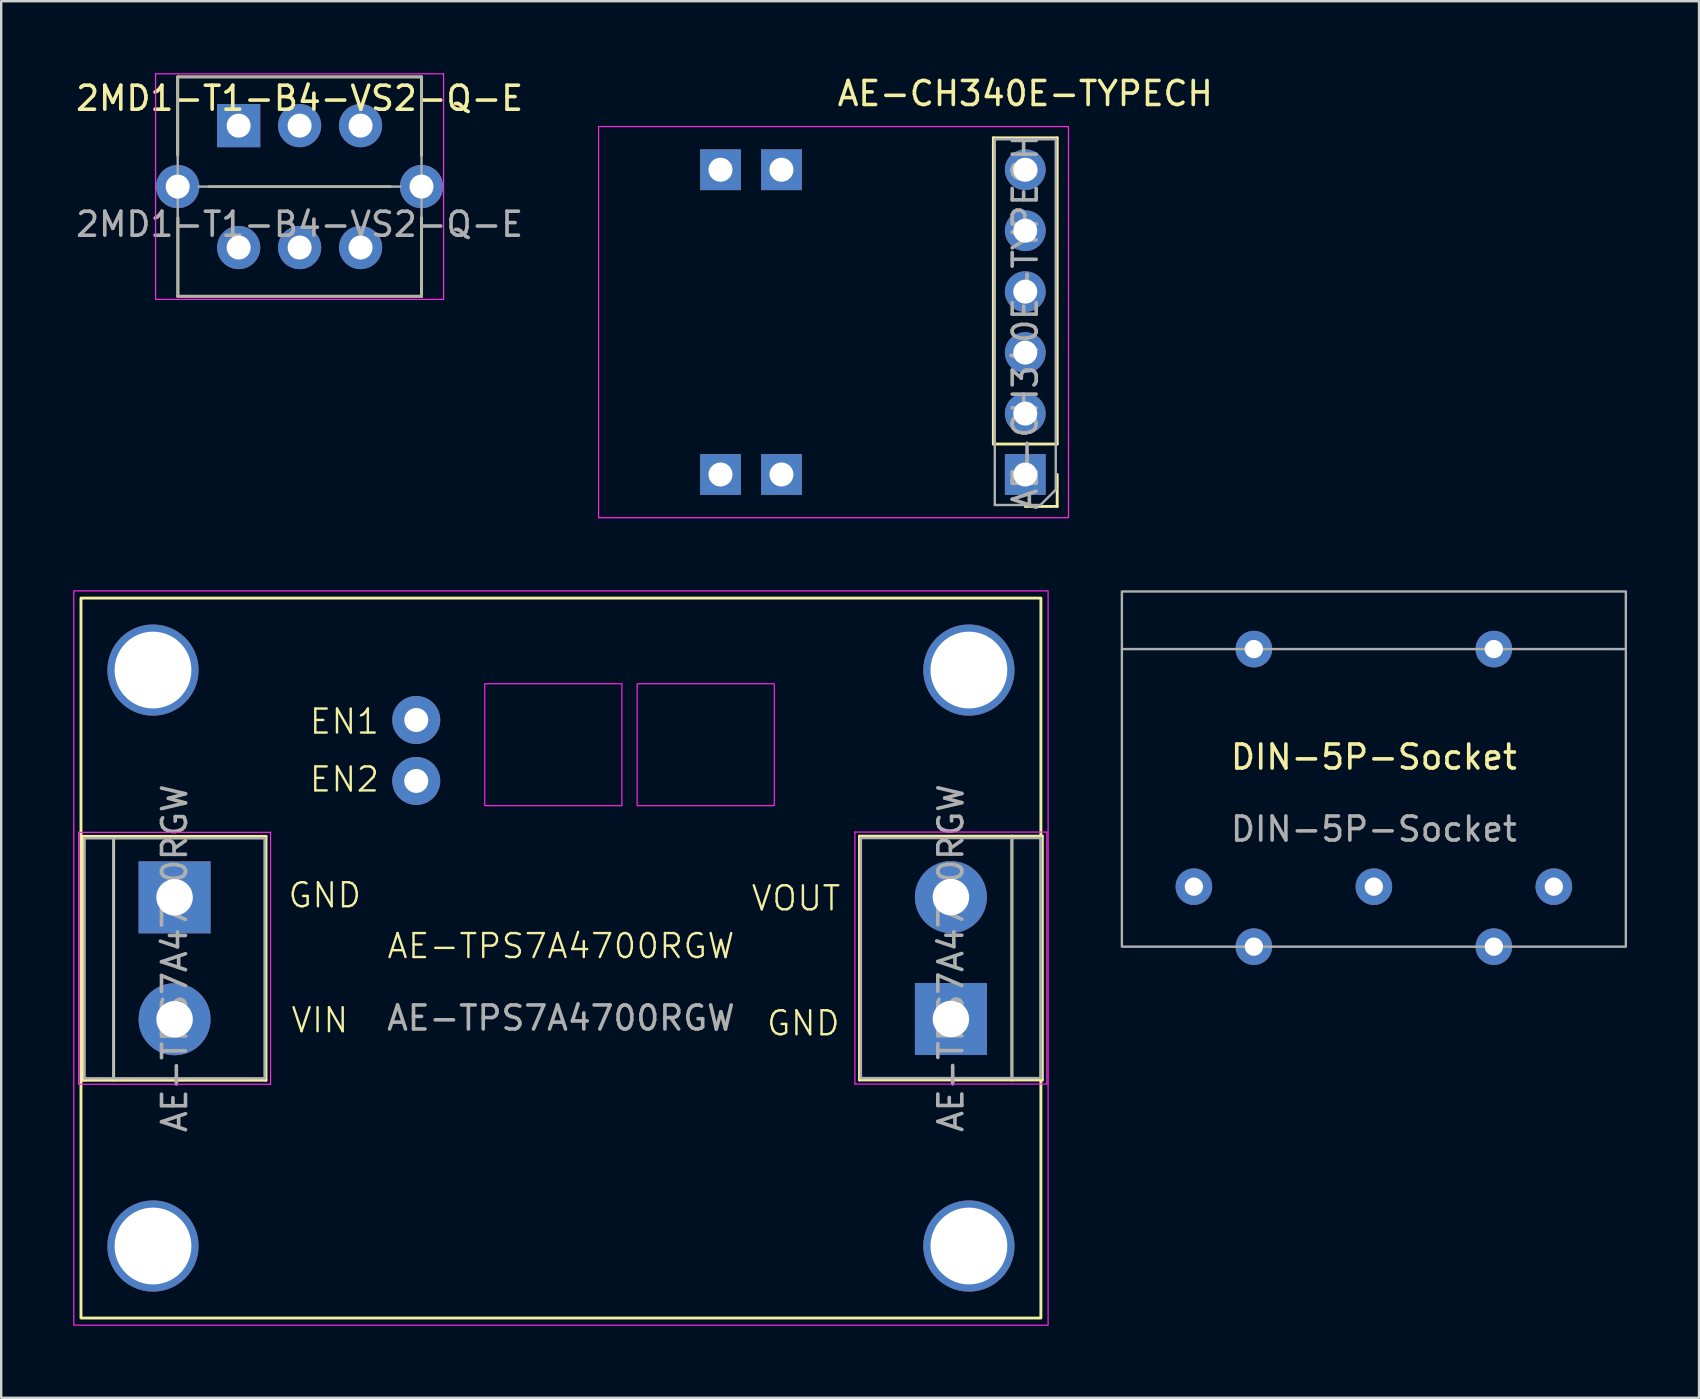
<source format=kicad_pcb>
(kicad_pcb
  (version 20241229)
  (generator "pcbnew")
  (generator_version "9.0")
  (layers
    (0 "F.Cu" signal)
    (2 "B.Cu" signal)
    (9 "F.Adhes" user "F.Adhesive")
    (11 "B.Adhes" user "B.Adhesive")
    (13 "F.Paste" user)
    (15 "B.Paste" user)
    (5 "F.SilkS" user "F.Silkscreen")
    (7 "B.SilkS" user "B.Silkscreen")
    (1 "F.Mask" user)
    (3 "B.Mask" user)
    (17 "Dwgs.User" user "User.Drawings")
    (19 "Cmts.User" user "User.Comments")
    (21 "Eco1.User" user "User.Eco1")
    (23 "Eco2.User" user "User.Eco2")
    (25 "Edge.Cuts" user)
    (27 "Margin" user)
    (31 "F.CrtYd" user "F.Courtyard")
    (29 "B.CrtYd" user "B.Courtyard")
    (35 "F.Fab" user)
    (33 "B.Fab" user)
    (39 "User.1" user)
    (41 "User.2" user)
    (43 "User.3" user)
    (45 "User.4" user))
  (footprint "2MD1-T1-B4-VS2-Q-E"
    (layer "F.Cu")
    (at 9.435 4.725)
    (property "Reference" "2MD1-T1-B4-VS2-Q-E" (at 0 -3.68 0) (unlocked yes) (layer "F.SilkS") (effects (font (size 1 1) (thickness 0.15))))
    (attr through_hole)
    (fp_line (start -5.08 -4.57) (end -5.08 -1.3) (stroke (width 0.12) (type solid)) (layer "F.SilkS"))
    (fp_line (start -5.08 4.57) (end 5.08 4.57) (stroke (width 0.12) (type solid)) (layer "F.SilkS"))
    (fp_line (start -5.07 1.3) (end -5.07 4.57) (stroke (width 0.12) (type solid)) (layer "F.SilkS"))
    (fp_line (start 3.78 0) (end -3.78 0) (stroke (width 0.1) (type solid)) (layer "F.SilkS"))
    (fp_line (start 5.08 -4.57) (end -5.08 -4.57) (stroke (width 0.12) (type solid)) (layer "F.SilkS"))
    (fp_line (start 5.08 -4.57) (end 5.08 -1.3) (stroke (width 0.12) (type solid)) (layer "F.SilkS"))
    (fp_line (start 5.08 1.3) (end 5.08 4.57) (stroke (width 0.12) (type solid)) (layer "F.SilkS"))
    (fp_line (start -6 -4.7) (end -6 4.7) (stroke (width 0.05) (type solid)) (layer "F.CrtYd"))
    (fp_line (start -6 4.7) (end 6 4.7) (stroke (width 0.05) (type solid)) (layer "F.CrtYd"))
    (fp_line (start 6 -4.7) (end -6 -4.7) (stroke (width 0.05) (type solid)) (layer "F.CrtYd"))
    (fp_line (start 6 4.7) (end 6 -4.7) (stroke (width 0.05) (type solid)) (layer "F.CrtYd"))
    (fp_line (start -5.08 -4.57) (end 5.08 -4.57) (stroke (width 0.1) (type solid)) (layer "F.Fab"))
    (fp_line (start -5.08 4.57) (end -5.08 -4.57) (stroke (width 0.1) (type solid)) (layer "F.Fab"))
    (fp_line (start -5.08 4.57) (end 5.08 4.57) (stroke (width 0.1) (type solid)) (layer "F.Fab"))
    (fp_line (start 4.2 0) (end -4.2 0) (stroke (width 0.1) (type solid)) (layer "F.Fab"))
    (fp_line (start 5.08 4.57) (end 5.08 -4.57) (stroke (width 0.1) (type solid)) (layer "F.Fab"))
    (fp_text user "${REFERENCE}" (at 0 1.57 0) (unlocked yes) (layer "F.Fab") (effects (font (size 1 1) (thickness 0.15))))
    (pad "1" thru_hole rect (at -2.54 -2.54) (size 1.8 1.8) (drill 1) (layers "*.Cu" "*.Mask"))
    (pad "2" thru_hole circle (at 0 -2.54) (size 1.8 1.8) (drill 1) (layers "*.Cu" "*.Mask"))
    (pad "3" thru_hole circle (at 2.54 -2.54) (size 1.8 1.8) (drill 1) (layers "*.Cu" "*.Mask"))
    (pad "4" thru_hole circle (at -2.54 2.54) (size 1.8 1.8) (drill 1) (layers "*.Cu" "*.Mask"))
    (pad "5" thru_hole circle (at 0 2.54) (size 1.8 1.8) (drill 1) (layers "*.Cu" "*.Mask"))
    (pad "6" thru_hole circle (at 2.54 2.54) (size 1.8 1.8) (drill 1) (layers "*.Cu" "*.Mask"))
    (pad "7" thru_hole circle (at -5.08 0) (size 1.8 1.8) (drill 1) (layers "*.Cu" "*.Mask") (remove_unused_layers yes) (keep_end_layers yes) (zone_layer_connections))
    (pad "8" thru_hole circle (at 5.08 0) (size 1.8 1.8) (drill 1) (layers "*.Cu" "*.Mask") (remove_unused_layers yes) (keep_end_layers yes) (zone_layer_connections)))
  (footprint "AE-TPS7A4700RGW"
    (layer "F.Cu")
    (at 20.325 36.873)
    (property "Reference" "AE-TPS7A4700RGW" (at 0 -0.5 0) (unlocked yes) (layer "F.SilkS") (effects (font (size 1 1) (thickness 0.1))))
    (attr smd)
    (fp_line (start -19.91 -5.07) (end -19.91 5.09) (stroke (width 0.12) (type solid)) (layer "F.SilkS"))
    (fp_line (start -19.91 5.09) (end -12.29 5.09) (stroke (width 0.12) (type solid)) (layer "F.SilkS"))
    (fp_line (start -18.64 5.09) (end -18.64 -5.07) (stroke (width 0.12) (type solid)) (layer "F.SilkS"))
    (fp_line (start -12.29 -5.07) (end -19.91 -5.07) (stroke (width 0.12) (type solid)) (layer "F.SilkS"))
    (fp_line (start -12.29 5.09) (end -12.29 -5.07) (stroke (width 0.12) (type solid)) (layer "F.SilkS"))
    (fp_line (start 12.44 -5.08) (end 12.44 5.08) (stroke (width 0.12) (type solid)) (layer "F.SilkS"))
    (fp_line (start 12.44 5.08) (end 20.06 5.08) (stroke (width 0.12) (type solid)) (layer "F.SilkS"))
    (fp_line (start 18.79 -5.08) (end 18.79 5.08) (stroke (width 0.12) (type solid)) (layer "F.SilkS"))
    (fp_line (start 20.06 -5.08) (end 12.44 -5.08) (stroke (width 0.12) (type solid)) (layer "F.SilkS"))
    (fp_line (start 20.06 5.08) (end 20.06 -5.08) (stroke (width 0.12) (type solid)) (layer "F.SilkS"))
    (fp_rect (start -20 -15) (end 20 15) (stroke (width 0.12) (type solid)) (fill no) (layer "F.SilkS"))
    (fp_line (start -20.1 5.26) (end -20.1 -5.24) (stroke (width 0.05) (type solid)) (layer "F.CrtYd"))
    (fp_line (start -20.1 5.26) (end -12.1 5.26) (stroke (width 0.05) (type solid)) (layer "F.CrtYd"))
    (fp_line (start -12.1 -5.24) (end -20.1 -5.24) (stroke (width 0.05) (type solid)) (layer "F.CrtYd"))
    (fp_line (start -12.1 -5.24) (end -12.1 5.26) (stroke (width 0.05) (type solid)) (layer "F.CrtYd"))
    (fp_line (start 12.25 5.25) (end 12.25 -5.25) (stroke (width 0.05) (type solid)) (layer "F.CrtYd"))
    (fp_line (start 12.25 5.25) (end 20.25 5.25) (stroke (width 0.05) (type solid)) (layer "F.CrtYd"))
    (fp_line (start 20.25 -5.25) (end 12.25 -5.25) (stroke (width 0.05) (type solid)) (layer "F.CrtYd"))
    (fp_line (start 20.25 -5.25) (end 20.25 5.25) (stroke (width 0.05) (type solid)) (layer "F.CrtYd"))
    (fp_rect (start -20.3 -15.3) (end 20.3 15.3) (stroke (width 0.05) (type solid)) (fill no) (layer "F.CrtYd"))
    (fp_rect (start -3.175 -11.43) (end 2.54 -6.35) (stroke (width 0.05) (type default)) (fill no) (layer "F.CrtYd"))
    (fp_rect (start 3.175 -11.43) (end 8.89 -6.35) (stroke (width 0.05) (type default)) (fill no) (layer "F.CrtYd"))
    (fp_line (start -19.85 -4.99) (end -19.85 5.01) (stroke (width 0.1) (type solid)) (layer "F.Fab"))
    (fp_line (start -19.85 5.01) (end -12.35 5.01) (stroke (width 0.1) (type solid)) (layer "F.Fab"))
    (fp_line (start -18.65 -4.94) (end -18.65 4.96) (stroke (width 0.1) (type solid)) (layer "F.Fab"))
    (fp_line (start -12.35 -4.99) (end -19.85 -4.99) (stroke (width 0.1) (type solid)) (layer "F.Fab"))
    (fp_line (start -12.35 5.01) (end -12.35 -4.99) (stroke (width 0.1) (type solid)) (layer "F.Fab"))
    (fp_line (start 12.5 -5) (end 12.5 5) (stroke (width 0.1) (type solid)) (layer "F.Fab"))
    (fp_line (start 12.5 5) (end 20 5) (stroke (width 0.1) (type solid)) (layer "F.Fab"))
    (fp_line (start 18.8 4.95) (end 18.8 -4.95) (stroke (width 0.1) (type solid)) (layer "F.Fab"))
    (fp_line (start 20 -5) (end 12.5 -5) (stroke (width 0.1) (type solid)) (layer "F.Fab"))
    (fp_line (start 20 5) (end 20 -5) (stroke (width 0.1) (type solid)) (layer "F.Fab"))
    (fp_text user "EN2" (at -10.541 -6.858 0) (unlocked yes) (layer "F.SilkS") (effects (font (size 1 1) (thickness 0.1)) (justify left bottom)))
    (fp_text user "VOUT" (at 7.874 -1.905 0) (unlocked yes) (layer "F.SilkS") (effects (font (size 1 1) (thickness 0.1)) (justify left bottom)))
    (fp_text user "VIN" (at -11.303 3.175 0) (unlocked yes) (layer "F.SilkS") (effects (font (size 1 1) (thickness 0.1)) (justify left bottom)))
    (fp_text user "GND" (at 8.509 3.302 0) (unlocked yes) (layer "F.SilkS") (effects (font (size 1 1) (thickness 0.1)) (justify left bottom)))
    (fp_text user "EN1" (at -10.541 -9.271 0) (unlocked yes) (layer "F.SilkS") (effects (font (size 1 1) (thickness 0.1)) (justify left bottom)))
    (fp_text user "GND" (at -11.43 -2.032 0) (unlocked yes) (layer "F.SilkS") (effects (font (size 1 1) (thickness 0.1)) (justify left bottom)))
    (fp_text user "${REFERENCE}" (at 16.25 0 90) (layer "F.Fab") (effects (font (size 1 1) (thickness 0.15))))
    (fp_text user "${REFERENCE}" (at 0 2.5 0) (unlocked yes) (layer "F.Fab") (effects (font (size 1 1) (thickness 0.15))))
    (fp_text user "${REFERENCE}" (at -16.1 0.01 270) (layer "F.Fab") (effects (font (size 1 1) (thickness 0.15))))
    (pad "" np_thru_hole circle (at -17 -12) (size 3.8 3.8) (drill 3.2) (layers "*.Cu" "*.Mask"))
    (pad "" np_thru_hole circle (at -17 12) (size 3.8 3.8) (drill 3.2) (layers "*.Cu" "*.Mask"))
    (pad "" np_thru_hole circle (at 17 -12) (size 3.8 3.8) (drill 3.2) (layers "*.Cu" "*.Mask"))
    (pad "" np_thru_hole circle (at 17 12) (size 3.8 3.8) (drill 3.2) (layers "*.Cu" "*.Mask"))
    (pad "1" thru_hole circle (at -16.1 2.55 270) (size 3 3) (drill 1.52) (layers "*.Cu" "*.Mask"))
    (pad "2" thru_hole rect (at -16.1 -2.53 270) (size 3 3) (drill 1.52) (layers "*.Cu" "*.Mask"))
    (pad "3" thru_hole circle (at 16.25 -2.54 90) (size 3 3) (drill 1.52) (layers "*.Cu" "*.Mask"))
    (pad "4" thru_hole rect (at 16.25 2.54 90) (size 3 3) (drill 1.52) (layers "*.Cu" "*.Mask"))
    (pad "5" thru_hole circle (at -6.03 -9.92 270) (size 2 2) (drill 1) (layers "*.Cu" "*.Mask"))
    (pad "6" thru_hole circle (at -6.03 -7.38 270) (size 2 2) (drill 1) (layers "*.Cu" "*.Mask")))
  (footprint "DIN-5P-Socket"
    (layer "F.Cu")
    (at 54.2 28.998)
    (property "Reference" "DIN-5P-Socket" (at 0 -0.5 0) (unlocked yes) (layer "F.SilkS") (effects (font (size 1 1) (thickness 0.15))))
    (attr through_hole)
    (fp_line (start -10.5 -5) (end 10.5 -5) (stroke (width 0.1) (type default)) (layer "F.Fab"))
    (fp_rect (start -10.5 -7.4) (end 10.5 7.4) (stroke (width 0.1) (type default)) (fill no) (layer "F.Fab"))
    (fp_text user "${REFERENCE}" (at 0 2.5 0) (unlocked yes) (layer "F.Fab") (effects (font (size 1 1) (thickness 0.15))))
    (pad "1" thru_hole circle (at -7.5 4.9) (size 1.524 1.524) (drill 0.762) (layers "*.Cu" "*.Mask"))
    (pad "2" thru_hole circle (at -5 7.4) (size 1.524 1.524) (drill 0.762) (layers "*.Cu" "*.Mask"))
    (pad "3" thru_hole circle (at 0 4.9) (size 1.524 1.524) (drill 0.762) (layers "*.Cu" "*.Mask"))
    (pad "4" thru_hole circle (at 5 7.4) (size 1.524 1.524) (drill 0.762) (layers "*.Cu" "*.Mask"))
    (pad "5" thru_hole circle (at 7.5 4.9) (size 1.524 1.524) (drill 0.762) (layers "*.Cu" "*.Mask"))
    (pad "6" thru_hole circle (at -5 -5) (size 1.524 1.524) (drill 0.762) (layers "*.Cu" "*.Mask"))
    (pad "7" thru_hole circle (at 5 -5) (size 1.524 1.524) (drill 0.762) (layers "*.Cu" "*.Mask")))
  (footprint "AE-CH340E-TYPECH"
    (layer "F.Cu")
    (at 39.674 4.023)
    (property "Reference" "AE-CH340E-TYPECH" (at 0 -3.175 0) (layer "F.SilkS") (effects (font (size 1 1) (thickness 0.15))))
    (attr through_hole)
    (fp_line (start -1.33 11.43) (end -1.33 -1.33) (stroke (width 0.12) (type solid)) (layer "F.SilkS"))
    (fp_line (start 1.33 -1.33) (end -1.33 -1.33) (stroke (width 0.12) (type solid)) (layer "F.SilkS"))
    (fp_line (start 1.33 11.43) (end -1.33 11.43) (stroke (width 0.12) (type solid)) (layer "F.SilkS"))
    (fp_line (start 1.33 11.43) (end 1.33 -1.33) (stroke (width 0.12) (type solid)) (layer "F.SilkS"))
    (fp_line (start 1.33 12.7) (end 1.33 14.03) (stroke (width 0.12) (type solid)) (layer "F.SilkS"))
    (fp_line (start 1.33 14.03) (end 0 14.03) (stroke (width 0.12) (type solid)) (layer "F.SilkS"))
    (fp_line (start -17.78 -1.8) (end -17.78 14.5) (stroke (width 0.05) (type solid)) (layer "F.CrtYd"))
    (fp_line (start -17.78 14.5) (end 1.8 14.5) (stroke (width 0.05) (type solid)) (layer "F.CrtYd"))
    (fp_line (start 1.8 -1.8) (end -17.78 -1.8) (stroke (width 0.05) (type solid)) (layer "F.CrtYd"))
    (fp_line (start 1.8 14.5) (end 1.8 -1.8) (stroke (width 0.05) (type solid)) (layer "F.CrtYd"))
    (fp_line (start -1.27 -1.27) (end 1.27 -1.27) (stroke (width 0.1) (type solid)) (layer "F.Fab"))
    (fp_line (start -1.27 13.97) (end -1.27 -1.27) (stroke (width 0.1) (type solid)) (layer "F.Fab"))
    (fp_line (start 0.635 13.97) (end -1.27 13.97) (stroke (width 0.1) (type solid)) (layer "F.Fab"))
    (fp_line (start 1.27 -1.27) (end 1.27 13.335) (stroke (width 0.1) (type solid)) (layer "F.Fab"))
    (fp_line (start 1.27 13.335) (end 0.635 13.97) (stroke (width 0.1) (type solid)) (layer "F.Fab"))
    (fp_text user "${REFERENCE}" (at 0 6.35 270) (layer "F.Fab") (effects (font (size 1 1) (thickness 0.15))))
    (pad "1" thru_hole rect (at 0 12.7 180) (size 1.7 1.7) (drill 1) (layers "*.Cu" "*.Mask"))
    (pad "2" thru_hole oval (at 0 10.16 180) (size 1.7 1.7) (drill 1) (layers "*.Cu" "*.Mask"))
    (pad "3" thru_hole oval (at 0 7.62 180) (size 1.7 1.7) (drill 1) (layers "*.Cu" "*.Mask"))
    (pad "4" thru_hole oval (at 0 5.08 180) (size 1.7 1.7) (drill 1) (layers "*.Cu" "*.Mask"))
    (pad "5" thru_hole oval (at 0 2.54 180) (size 1.7 1.7) (drill 1) (layers "*.Cu" "*.Mask"))
    (pad "6" thru_hole oval (at 0 0 180) (size 1.7 1.7) (drill 1) (layers "*.Cu" "*.Mask"))
    (pad "7" thru_hole rect (at -12.7 0) (size 1.7 1.7) (drill 1) (layers "*.Cu" "*.Mask") (remove_unused_layers yes) (keep_end_layers yes) (zone_layer_connections))
    (pad "8" thru_hole rect (at -10.16 0) (size 1.7 1.7) (drill 1) (layers "*.Cu" "*.Mask") (remove_unused_layers yes) (keep_end_layers yes) (zone_layer_connections))
    (pad "9" thru_hole rect (at -12.7 12.7) (size 1.7 1.7) (drill 1) (layers "*.Cu" "*.Mask") (remove_unused_layers yes) (keep_end_layers yes) (zone_layer_connections))
    (pad "10" thru_hole rect (at -10.16 12.7) (size 1.7 1.7) (drill 1) (layers "*.Cu" "*.Mask") (remove_unused_layers yes) (keep_end_layers yes) (zone_layer_connections)))
  (gr_rect
    (start -3 -3)
    (end 67.75 55.198)
    (stroke (width 0.1) (type default))
    (fill no)
    (layer "Edge.Cuts")))
</source>
